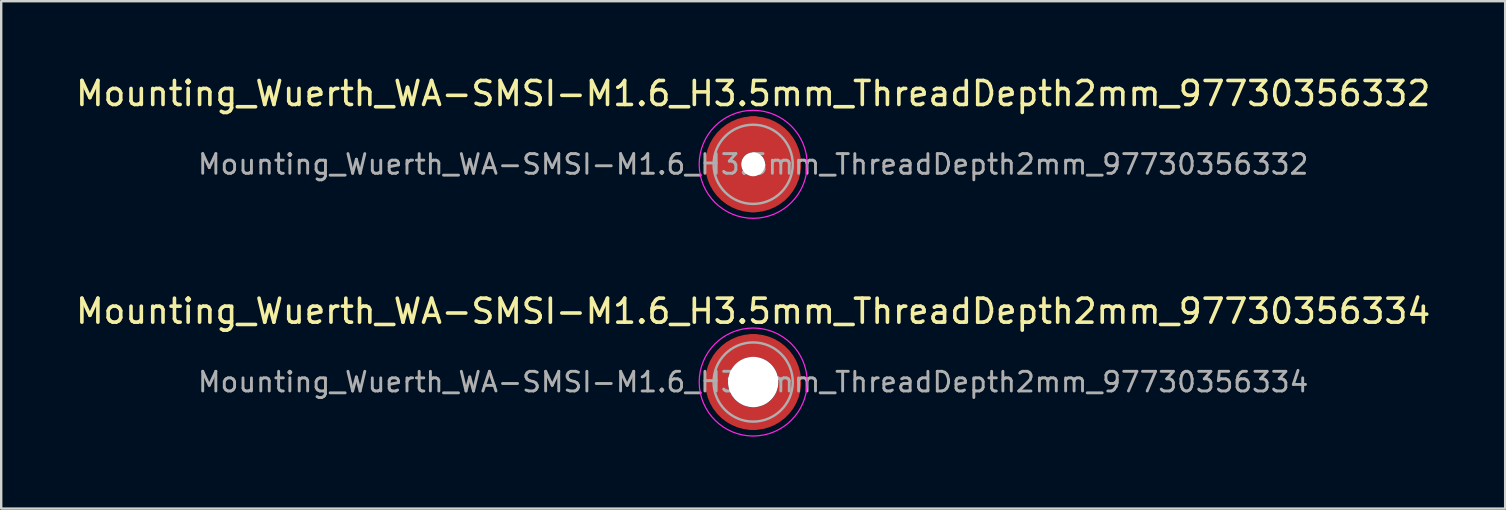
<source format=kicad_pcb>
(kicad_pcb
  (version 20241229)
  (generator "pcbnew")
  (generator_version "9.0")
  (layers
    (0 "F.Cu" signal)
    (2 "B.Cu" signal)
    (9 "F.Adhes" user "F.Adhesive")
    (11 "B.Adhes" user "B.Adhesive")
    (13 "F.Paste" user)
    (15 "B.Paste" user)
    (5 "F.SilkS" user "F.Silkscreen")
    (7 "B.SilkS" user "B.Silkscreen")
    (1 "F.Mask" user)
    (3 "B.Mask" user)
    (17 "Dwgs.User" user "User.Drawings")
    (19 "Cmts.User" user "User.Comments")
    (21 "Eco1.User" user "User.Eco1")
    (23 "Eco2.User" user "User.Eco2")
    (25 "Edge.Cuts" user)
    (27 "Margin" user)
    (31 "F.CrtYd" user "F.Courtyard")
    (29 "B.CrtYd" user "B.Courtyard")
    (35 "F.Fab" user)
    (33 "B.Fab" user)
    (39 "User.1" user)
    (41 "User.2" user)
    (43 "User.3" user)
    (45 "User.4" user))
  (footprint "Mounting_Wuerth_WA-SMSI-M1.6_H3.5mm_ThreadDepth2mm_97730356334"
    (layer "F.Cu")
    (at 28.339 12.871)
    (property "Reference" "Mounting_Wuerth_WA-SMSI-M1.6_H3.5mm_ThreadDepth2mm_97730356334" (at 0 -2.95 0) (layer "F.SilkS") (effects (font (size 1 1) (thickness 0.15))))
    (attr smd)
    (fp_circle (center 0 0) (end 2.25 0) (stroke (width 0.05) (type solid)) (fill no) (layer "F.CrtYd"))
    (fp_circle (center 0 0) (end 1.65 0) (stroke (width 0.1) (type solid)) (fill no) (layer "F.Fab"))
    (fp_text user "${REFERENCE}" (at 0 0 0) (layer "F.Fab") (effects (font (size 0.82 0.82) (thickness 0.12))))
    (pad "" smd custom (at -1.061 -1.061) (size 0.4 0.4) (layers "F.Paste") (options (anchor circle)) (primitives (gr_arc (start -0.101235 0.76066) (mid 0.212132 0.212132) (end 0.76066 -0.101235) (width 0.2)) (gr_arc (start -0.204251 0.76066) (mid 0.141421 0.141421) (end 0.76066 -0.204251) (width 0.2)) (gr_arc (start -0.306819 0.76066) (mid 0.070711 0.070711) (end 0.76066 -0.306819) (width 0.2)) (gr_arc (start -0.409034 0.76066) (mid 0 0) (end 0.76066 -0.409034) (width 0.2)) (gr_arc (start -0.510963 0.76066) (mid -0.070711 -0.070711) (end 0.76066 -0.510963) (width 0.2)) (gr_arc (start -0.61266 0.76066) (mid -0.141421 -0.141421) (end 0.76066 -0.61266) (width 0.2)) (gr_arc (start -0.714164 0.76066) (mid -0.212132 -0.212132) (end 0.76066 -0.714164) (width 0.2)) (gr_line (start 0.761 -0.101) (end 0.761 -0.714) (width 0.2)) (gr_line (start -0.101 0.761) (end -0.714 0.761) (width 0.2))))
    (pad "" smd custom (at -1.061 1.061) (size 0.4 0.4) (layers "F.Paste") (options (anchor circle)) (primitives (gr_arc (start 0.76066 0.101235) (mid 0.212132 -0.212132) (end -0.101235 -0.76066) (width 0.2)) (gr_arc (start 0.76066 0.204251) (mid 0.141421 -0.141421) (end -0.204251 -0.76066) (width 0.2)) (gr_arc (start 0.76066 0.306819) (mid 0.070711 -0.070711) (end -0.306819 -0.76066) (width 0.2)) (gr_arc (start 0.76066 0.409034) (mid 0 0) (end -0.409034 -0.76066) (width 0.2)) (gr_arc (start 0.76066 0.510963) (mid -0.070711 0.070711) (end -0.510963 -0.76066) (width 0.2)) (gr_arc (start 0.76066 0.61266) (mid -0.141421 0.141421) (end -0.61266 -0.76066) (width 0.2)) (gr_arc (start 0.76066 0.714164) (mid -0.212132 0.212132) (end -0.714164 -0.76066) (width 0.2)) (gr_line (start -0.101 -0.761) (end -0.714 -0.761) (width 0.2)) (gr_line (start 0.761 0.101) (end 0.761 0.714) (width 0.2))))
    (pad "" np_thru_hole circle (at 0 0) (size 2.1 2.1) (drill 2.1) (layers "*.Cu" "*.Mask"))
    (pad "" smd custom (at 1.061 -1.061) (size 0.4 0.4) (layers "F.Paste") (options (anchor circle)) (primitives (gr_arc (start -0.76066 -0.101235) (mid -0.212132 0.212132) (end 0.101235 0.76066) (width 0.2)) (gr_arc (start -0.76066 -0.204251) (mid -0.141421 0.141421) (end 0.204251 0.76066) (width 0.2)) (gr_arc (start -0.76066 -0.306819) (mid -0.070711 0.070711) (end 0.306819 0.76066) (width 0.2)) (gr_arc (start -0.76066 -0.409034) (mid 0 0) (end 0.409034 0.76066) (width 0.2)) (gr_arc (start -0.76066 -0.510963) (mid 0.070711 -0.070711) (end 0.510963 0.76066) (width 0.2)) (gr_arc (start -0.76066 -0.61266) (mid 0.141421 -0.141421) (end 0.61266 0.76066) (width 0.2)) (gr_arc (start -0.76066 -0.714164) (mid 0.212132 -0.212132) (end 0.714164 0.76066) (width 0.2)) (gr_line (start 0.101 0.761) (end 0.714 0.761) (width 0.2)) (gr_line (start -0.761 -0.101) (end -0.761 -0.714) (width 0.2))))
    (pad "" smd custom (at 1.061 1.061) (size 0.4 0.4) (layers "F.Paste") (options (anchor circle)) (primitives (gr_arc (start 0.101235 -0.76066) (mid -0.212132 -0.212132) (end -0.76066 0.101235) (width 0.2)) (gr_arc (start 0.204251 -0.76066) (mid -0.141421 -0.141421) (end -0.76066 0.204251) (width 0.2)) (gr_arc (start 0.306819 -0.76066) (mid -0.070711 -0.070711) (end -0.76066 0.306819) (width 0.2)) (gr_arc (start 0.409034 -0.76066) (mid 0 0) (end -0.76066 0.409034) (width 0.2)) (gr_arc (start 0.510963 -0.76066) (mid 0.070711 0.070711) (end -0.76066 0.510963) (width 0.2)) (gr_arc (start 0.61266 -0.76066) (mid 0.141421 0.141421) (end -0.76066 0.61266) (width 0.2)) (gr_arc (start 0.714164 -0.76066) (mid 0.212132 0.212132) (end -0.76066 0.714164) (width 0.2)) (gr_line (start -0.761 0.101) (end -0.761 0.714) (width 0.2)) (gr_line (start 0.101 -0.761) (end 0.714 -0.761) (width 0.2))))
    (pad "1" smd circle (at -1.525 0) (size 0.95 0.95) (layers "F.Cu"))
    (pad "1" smd circle (at 0 -1.525) (size 0.95 0.95) (layers "F.Cu"))
    (pad "1" smd circle (at 0 1.525) (size 0.95 0.95) (layers "F.Cu"))
    (pad "1" smd custom (at 1.525 0) (size 0.95 0.95) (layers "F.Cu" "F.Mask") (options (anchor circle)) (primitives (gr_circle (center -1.525 0) (end 0 0) (width 0.95) (fill no)))))
  (footprint "Mounting_Wuerth_WA-SMSI-M1.6_H3.5mm_ThreadDepth2mm_97730356332"
    (layer "F.Cu")
    (at 28.339 3.798)
    (property "Reference" "Mounting_Wuerth_WA-SMSI-M1.6_H3.5mm_ThreadDepth2mm_97730356332" (at 0 -2.95 0) (layer "F.SilkS") (effects (font (size 1 1) (thickness 0.15))))
    (attr smd)
    (fp_circle (center 0 0) (end 2.25 0) (stroke (width 0.05) (type solid)) (fill no) (layer "F.CrtYd"))
    (fp_circle (center 0 0) (end 1.65 0) (stroke (width 0.1) (type solid)) (fill no) (layer "F.Fab"))
    (fp_text user "${REFERENCE}" (at 0 0 0) (layer "F.Fab") (effects (font (size 0.82 0.82) (thickness 0.12))))
    (pad "" smd custom (at 0 -1.25) (size 0.65 0.65) (layers "F.Paste") (options (anchor circle)) (primitives (gr_arc (start -0.259808 0.6) (mid 0 0.55) (end 0.259807 0.6) (width 0.2)) (gr_arc (start -0.466369 0.6) (mid 0 0.45) (end 0.466369 0.6) (width 0.2)) (gr_arc (start -0.622495 0.6) (mid 0 0.35) (end 0.622495 0.6) (width 0.2)) (gr_arc (start -0.759934 0.6) (mid 0 0.25) (end 0.759934 0.6) (width 0.2)) (gr_arc (start -0.887412 0.6) (mid 0 0.15) (end 0.887412 0.6) (width 0.2)) (gr_arc (start -1.008712 0.6) (mid 0 0.05) (end 1.008712 0.6) (width 0.2)) (gr_arc (start -1.125833 0.6) (mid 0 -0.05) (end 1.125833 0.6) (width 0.2)) (gr_arc (start -1.23996 0.6) (mid 0 -0.15) (end 1.23996 0.6) (width 0.2)) (gr_arc (start -1.351851 0.6) (mid 0 -0.25) (end 1.351851 0.6) (width 0.2)) (gr_arc (start -1.462019 0.6) (mid 0 -0.35) (end 1.462019 0.6) (width 0.2)) (gr_arc (start -1.570828 0.6) (mid 0 -0.45) (end 1.570828 0.6) (width 0.2)) (gr_arc (start -1.678541 0.6) (mid 0 -0.55) (end 1.678541 0.6) (width 0.2)) (gr_line (start 0.26 0.6) (end 1.679 0.6) (width 0.2)) (gr_line (start -0.26 0.6) (end -1.679 0.6) (width 0.2))))
    (pad "" np_thru_hole circle (at 0 0) (size 1 1) (drill 1) (layers "*.Cu" "*.Mask"))
    (pad "" smd custom (at 0 1.25) (size 0.65 0.65) (layers "F.Paste") (options (anchor circle)) (primitives (gr_arc (start 0.259808 -0.6) (mid 0 -0.55) (end -0.259807 -0.6) (width 0.2)) (gr_arc (start 0.466369 -0.6) (mid 0 -0.45) (end -0.466369 -0.6) (width 0.2)) (gr_arc (start 0.622495 -0.6) (mid 0 -0.35) (end -0.622495 -0.6) (width 0.2)) (gr_arc (start 0.759934 -0.6) (mid 0 -0.25) (end -0.759934 -0.6) (width 0.2)) (gr_arc (start 0.887412 -0.6) (mid 0 -0.15) (end -0.887412 -0.6) (width 0.2)) (gr_arc (start 1.008712 -0.6) (mid 0 -0.05) (end -1.008712 -0.6) (width 0.2)) (gr_arc (start 1.125833 -0.6) (mid 0 0.05) (end -1.125833 -0.6) (width 0.2)) (gr_arc (start 1.23996 -0.6) (mid 0 0.15) (end -1.23996 -0.6) (width 0.2)) (gr_arc (start 1.351851 -0.6) (mid 0 0.25) (end -1.351851 -0.6) (width 0.2)) (gr_arc (start 1.462019 -0.6) (mid 0 0.35) (end -1.462019 -0.6) (width 0.2)) (gr_arc (start 1.570828 -0.6) (mid 0 0.45) (end -1.570828 -0.6) (width 0.2)) (gr_arc (start 1.678541 -0.6) (mid 0 0.55) (end -1.678541 -0.6) (width 0.2)) (gr_line (start -0.26 -0.6) (end -1.679 -0.6) (width 0.2)) (gr_line (start 0.26 -0.6) (end 1.679 -0.6) (width 0.2))))
    (pad "1" smd circle (at -1.25 0) (size 1.5 1.5) (layers "F.Cu"))
    (pad "1" smd circle (at 0 -1.25) (size 1.5 1.5) (layers "F.Cu"))
    (pad "1" smd circle (at 0 1.25) (size 1.5 1.5) (layers "F.Cu"))
    (pad "1" smd custom (at 1.25 0) (size 1.5 1.5) (layers "F.Cu" "F.Mask") (options (anchor circle)) (primitives (gr_circle (center -1.25 0) (end 0 0) (width 1.5) (fill no)))))
  (gr_rect
    (start -3 -3)
    (end 59.679 18.146)
    (stroke (width 0.1) (type default))
    (fill no)
    (layer "Edge.Cuts")))
</source>
